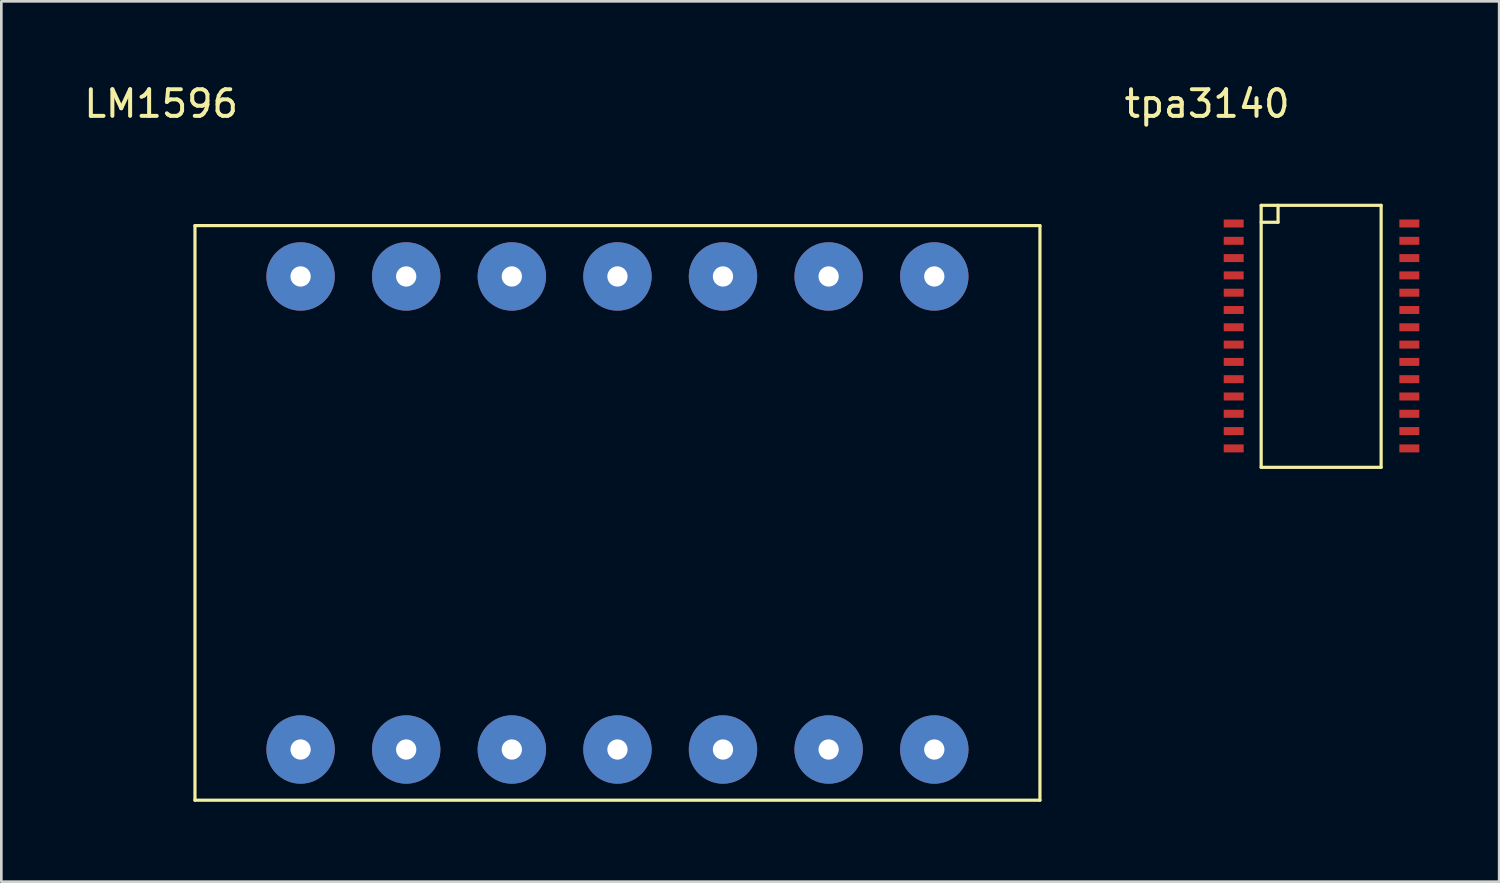
<source format=kicad_pcb>
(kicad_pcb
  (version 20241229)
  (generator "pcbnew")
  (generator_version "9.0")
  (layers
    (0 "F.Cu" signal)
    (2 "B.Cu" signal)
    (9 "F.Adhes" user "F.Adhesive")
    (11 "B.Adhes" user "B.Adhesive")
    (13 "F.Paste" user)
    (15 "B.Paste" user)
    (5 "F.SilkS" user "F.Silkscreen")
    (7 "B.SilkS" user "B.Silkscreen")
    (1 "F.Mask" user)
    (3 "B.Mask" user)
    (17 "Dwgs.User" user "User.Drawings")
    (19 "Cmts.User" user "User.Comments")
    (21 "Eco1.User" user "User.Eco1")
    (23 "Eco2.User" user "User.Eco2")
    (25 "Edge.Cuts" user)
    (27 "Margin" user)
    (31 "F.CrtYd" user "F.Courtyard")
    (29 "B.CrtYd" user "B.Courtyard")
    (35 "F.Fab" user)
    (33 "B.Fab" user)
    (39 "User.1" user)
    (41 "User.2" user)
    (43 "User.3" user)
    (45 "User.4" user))
  (footprint "LM1596"
    (layer "F.Cu")
    (at 3.006 0.348)
    (property "Reference" "LM1596" (at 0 0.5 0) (layer "F.SilkS") (effects (font (size 1 1) (thickness 0.15))))
    (attr through_hole)
    (fp_line (start 1.27 5.08) (end 33.02 5.08) (stroke (width 0.12) (type solid)) (layer "F.SilkS"))
    (fp_line (start 1.27 26.67) (end 1.27 5.08) (stroke (width 0.12) (type solid)) (layer "F.SilkS"))
    (fp_line (start 33.02 5.08) (end 33.02 26.67) (stroke (width 0.12) (type solid)) (layer "F.SilkS"))
    (fp_line (start 33.02 26.67) (end 1.27 26.67) (stroke (width 0.12) (type solid)) (layer "F.SilkS"))
    (pad "1" thru_hole circle (at 5.239 24.765) (size 2.57 2.57) (drill 0.762) (layers "*.Cu" "*.Mask"))
    (pad "2" thru_hole circle (at 9.207 24.765) (size 2.57 2.57) (drill 0.762) (layers "*.Cu" "*.Mask"))
    (pad "3" thru_hole circle (at 13.176 24.765) (size 2.57 2.57) (drill 0.762) (layers "*.Cu" "*.Mask"))
    (pad "4" thru_hole circle (at 17.145 24.765) (size 2.57 2.57) (drill 0.762) (layers "*.Cu" "*.Mask"))
    (pad "5" thru_hole circle (at 21.11 24.765) (size 2.57 2.57) (drill 0.762) (layers "*.Cu" "*.Mask"))
    (pad "6" thru_hole circle (at 25.08 24.765) (size 2.57 2.57) (drill 0.762) (layers "*.Cu" "*.Mask"))
    (pad "7" thru_hole circle (at 29.05 24.765) (size 2.57 2.57) (drill 0.762) (layers "*.Cu" "*.Mask"))
    (pad "8" thru_hole circle (at 29.05 6.99) (size 2.57 2.57) (drill 0.762) (layers "*.Cu" "*.Mask"))
    (pad "9" thru_hole circle (at 25.08 6.99) (size 2.57 2.57) (drill 0.762) (layers "*.Cu" "*.Mask"))
    (pad "10" thru_hole circle (at 21.11 6.99) (size 2.57 2.57) (drill 0.762) (layers "*.Cu" "*.Mask"))
    (pad "11" thru_hole circle (at 17.145 6.99) (size 2.57 2.57) (drill 0.762) (layers "*.Cu" "*.Mask"))
    (pad "12" thru_hole circle (at 13.176 6.99) (size 2.57 2.57) (drill 0.762) (layers "*.Cu" "*.Mask"))
    (pad "13" thru_hole circle (at 9.207 6.99) (size 2.57 2.57) (drill 0.762) (layers "*.Cu" "*.Mask"))
    (pad "14" thru_hole circle (at 5.239 6.99) (size 2.57 2.57) (drill 0.762) (layers "*.Cu" "*.Mask")))
  (footprint "tpa3140"
    (layer "F.Cu")
    (at 42.306 0.348)
    (property "Reference" "tpa3140" (at 0 0.5 0) (layer "F.SilkS") (effects (font (size 1 1) (thickness 0.15))))
    (attr through_hole)
    (fp_line (start 2.032 4.318) (end 2.032 14.161) (stroke (width 0.12) (type solid)) (layer "F.SilkS"))
    (fp_line (start 2.032 4.953) (end 2.667 4.953) (stroke (width 0.12) (type solid)) (layer "F.SilkS"))
    (fp_line (start 2.032 14.161) (end 6.54 14.161) (stroke (width 0.12) (type solid)) (layer "F.SilkS"))
    (fp_line (start 2.667 4.953) (end 2.667 4.318) (stroke (width 0.12) (type solid)) (layer "F.SilkS"))
    (fp_line (start 6.54 4.318) (end 2.032 4.318) (stroke (width 0.12) (type solid)) (layer "F.SilkS"))
    (fp_line (start 6.54 14.161) (end 6.54 4.318) (stroke (width 0.12) (type solid)) (layer "F.SilkS"))
    (pad "1" smd rect (at 1 5) (size 0.75 0.3) (layers "F.Cu" "F.Mask" "F.Paste"))
    (pad "2" smd rect (at 1 5.65) (size 0.75 0.3) (layers "F.Cu" "F.Mask" "F.Paste"))
    (pad "3" smd rect (at 1 6.3) (size 0.75 0.3) (layers "F.Cu" "F.Mask" "F.Paste"))
    (pad "4" smd rect (at 1 6.95) (size 0.75 0.3) (layers "F.Cu" "F.Mask" "F.Paste"))
    (pad "5" smd rect (at 1 7.6) (size 0.75 0.3) (layers "F.Cu" "F.Mask" "F.Paste"))
    (pad "6" smd rect (at 1 8.25) (size 0.75 0.3) (layers "F.Cu" "F.Mask" "F.Paste"))
    (pad "7" smd rect (at 1 8.9) (size 0.75 0.3) (layers "F.Cu" "F.Mask" "F.Paste"))
    (pad "8" smd rect (at 1 9.55) (size 0.75 0.3) (layers "F.Cu" "F.Mask" "F.Paste"))
    (pad "9" smd rect (at 1 10.2) (size 0.75 0.3) (layers "F.Cu" "F.Mask" "F.Paste"))
    (pad "10" smd rect (at 1 10.85) (size 0.75 0.3) (layers "F.Cu" "F.Mask" "F.Paste"))
    (pad "11" smd rect (at 1 11.5) (size 0.75 0.3) (layers "F.Cu" "F.Mask" "F.Paste"))
    (pad "12" smd rect (at 1 12.15) (size 0.75 0.3) (layers "F.Cu" "F.Mask" "F.Paste"))
    (pad "13" smd rect (at 1 12.8) (size 0.75 0.3) (layers "F.Cu" "F.Mask" "F.Paste"))
    (pad "14" smd rect (at 1 13.45) (size 0.75 0.3) (layers "F.Cu" "F.Mask" "F.Paste"))
    (pad "15" smd rect (at 7.6 13.45) (size 0.75 0.3) (layers "F.Cu" "F.Mask" "F.Paste"))
    (pad "16" smd rect (at 7.6 12.8) (size 0.75 0.3) (layers "F.Cu" "F.Mask" "F.Paste"))
    (pad "17" smd rect (at 7.6 12.15) (size 0.75 0.3) (layers "F.Cu" "F.Mask" "F.Paste"))
    (pad "18" smd rect (at 7.6 11.5) (size 0.75 0.3) (layers "F.Cu" "F.Mask" "F.Paste"))
    (pad "19" smd rect (at 7.6 10.85) (size 0.75 0.3) (layers "F.Cu" "F.Mask" "F.Paste"))
    (pad "20" smd rect (at 7.6 10.2) (size 0.75 0.3) (layers "F.Cu" "F.Mask" "F.Paste"))
    (pad "21" smd rect (at 7.6 9.55) (size 0.75 0.3) (layers "F.Cu" "F.Mask" "F.Paste"))
    (pad "22" smd rect (at 7.6 8.9) (size 0.75 0.3) (layers "F.Cu" "F.Mask" "F.Paste"))
    (pad "23" smd rect (at 7.6 8.25) (size 0.75 0.3) (layers "F.Cu" "F.Mask" "F.Paste"))
    (pad "24" smd rect (at 7.6 7.6) (size 0.75 0.3) (layers "F.Cu" "F.Mask" "F.Paste"))
    (pad "25" smd rect (at 7.6 6.95) (size 0.75 0.3) (layers "F.Cu" "F.Mask" "F.Paste"))
    (pad "26" smd rect (at 7.6 6.3) (size 0.75 0.3) (layers "F.Cu" "F.Mask" "F.Paste"))
    (pad "27" smd rect (at 7.6 5.65) (size 0.75 0.3) (layers "F.Cu" "F.Mask" "F.Paste"))
    (pad "28" smd rect (at 7.6 5) (size 0.75 0.3) (layers "F.Cu" "F.Mask" "F.Paste")))
  (gr_rect
    (start -3 -3)
    (end 53.281 30.078)
    (stroke (width 0.1) (type default))
    (fill no)
    (layer "Edge.Cuts")))
</source>
